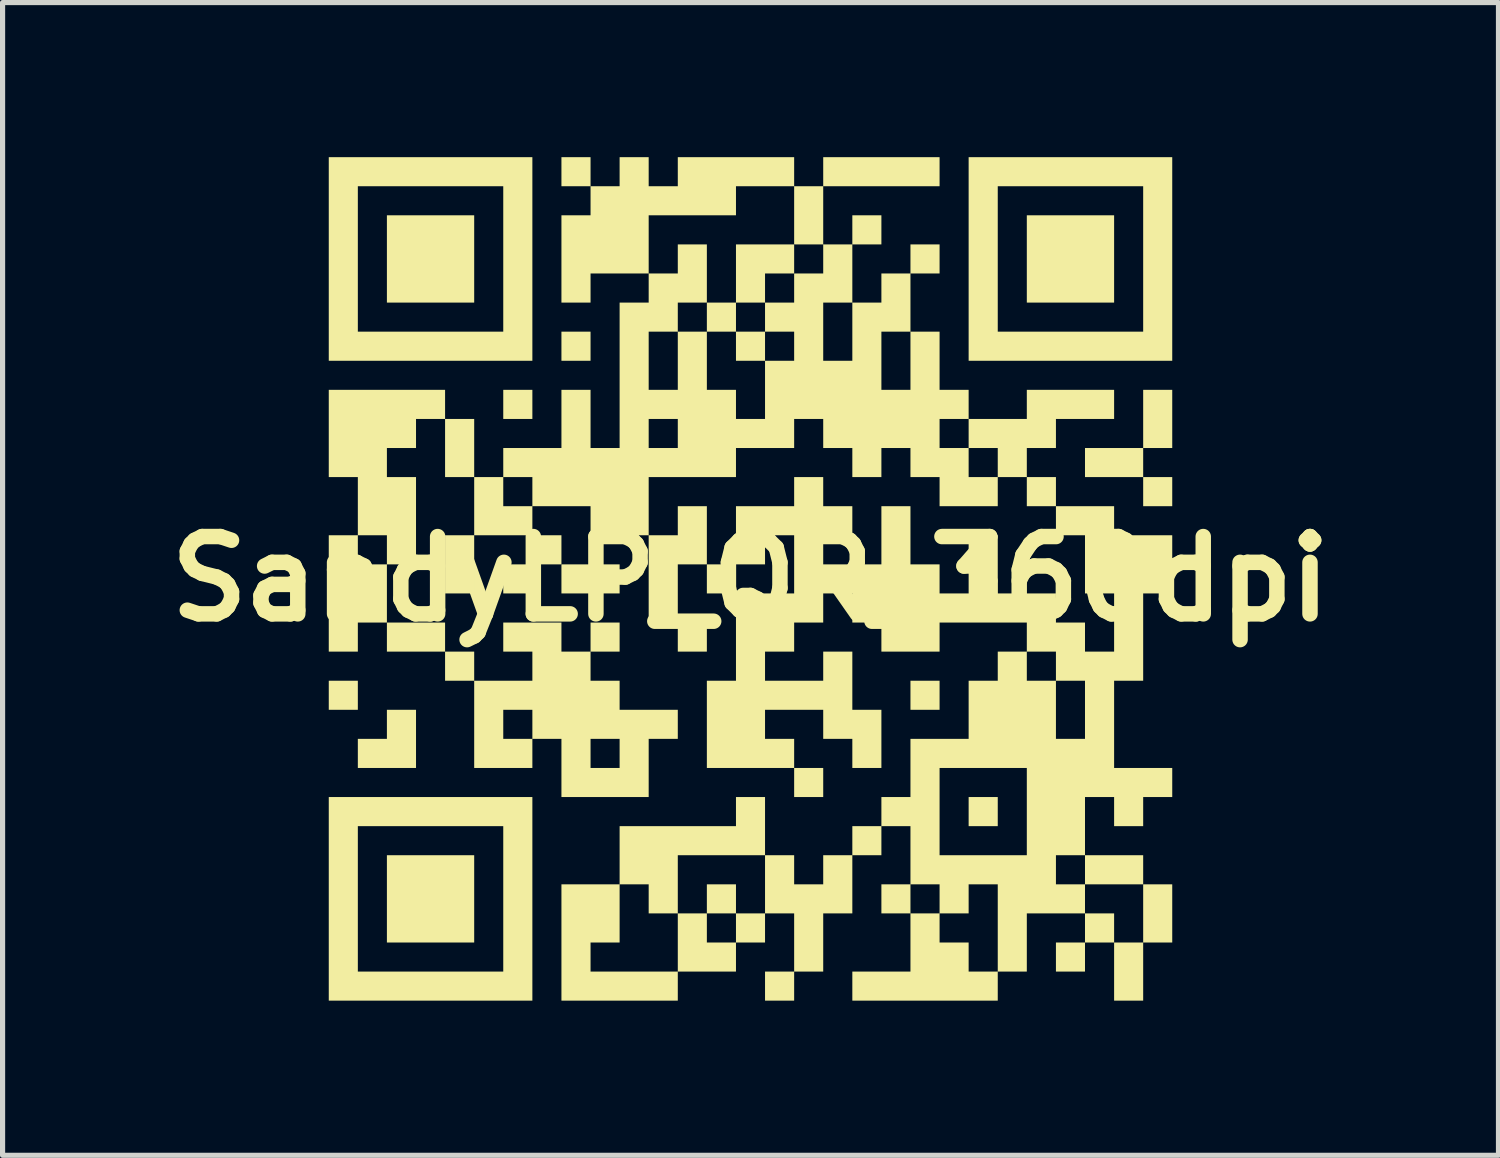
<source format=kicad_pcb>
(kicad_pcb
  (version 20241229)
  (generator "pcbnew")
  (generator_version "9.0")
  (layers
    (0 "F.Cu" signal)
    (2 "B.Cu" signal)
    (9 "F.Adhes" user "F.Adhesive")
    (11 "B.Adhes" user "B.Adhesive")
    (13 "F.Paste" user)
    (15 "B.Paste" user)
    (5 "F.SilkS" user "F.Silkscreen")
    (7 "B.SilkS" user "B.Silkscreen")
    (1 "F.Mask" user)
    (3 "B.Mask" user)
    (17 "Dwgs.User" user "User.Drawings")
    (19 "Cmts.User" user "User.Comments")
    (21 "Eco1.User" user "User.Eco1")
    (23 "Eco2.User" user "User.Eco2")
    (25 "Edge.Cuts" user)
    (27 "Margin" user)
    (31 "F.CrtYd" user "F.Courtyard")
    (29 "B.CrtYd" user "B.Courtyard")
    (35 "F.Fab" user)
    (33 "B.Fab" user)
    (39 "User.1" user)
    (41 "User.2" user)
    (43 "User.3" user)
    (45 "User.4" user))
  (footprint "SandyLP_QR_360dpi"
    (layer "F.Cu")
    (at 11.514 8.184)
    (property "Reference" "SandyLP_QR_360dpi" (at 0 0 0) (layer "F.SilkS") (effects (font (size 1.5 1.5) (thickness 0.3))))
    (attr board_only exclude_from_pos_files exclude_from_bom)
    (fp_poly (pts (xy -7.62 2.258) (xy -7.62 2.54) (xy -7.902 2.54) (xy -8.184 2.54) (xy -8.184 2.258) (xy -8.184 1.976) (xy -7.902 1.976) (xy -7.62 1.976)) (stroke (width 0) (type solid)) (fill yes) (layer "F.SilkS"))
    (fp_poly (pts (xy -5.927 1.129) (xy -5.927 1.411) (xy -6.491 1.411) (xy -7.056 1.411) (xy -7.056 1.129) (xy -7.056 0.847) (xy -6.491 0.847) (xy -5.927 0.847)) (stroke (width 0) (type solid)) (fill yes) (layer "F.SilkS"))
    (fp_poly (pts (xy -5.362 -6.209) (xy -5.362 -5.362) (xy -6.209 -5.362) (xy -7.056 -5.362) (xy -7.056 -6.209) (xy -7.056 -7.056) (xy -6.209 -7.056) (xy -5.362 -7.056)) (stroke (width 0) (type solid)) (fill yes) (layer "F.SilkS"))
    (fp_poly (pts (xy -5.362 6.209) (xy -5.362 7.056) (xy -6.209 7.056) (xy -7.056 7.056) (xy -7.056 6.209) (xy -7.056 5.362) (xy -6.209 5.362) (xy -5.362 5.362)) (stroke (width 0) (type solid)) (fill yes) (layer "F.SilkS"))
    (fp_poly (pts (xy -4.233 -3.387) (xy -4.233 -3.104) (xy -4.516 -3.104) (xy -4.798 -3.104) (xy -4.798 -3.387) (xy -4.798 -3.669) (xy -4.516 -3.669) (xy -4.233 -3.669)) (stroke (width 0) (type solid)) (fill yes) (layer "F.SilkS"))
    (fp_poly (pts (xy -3.104 -4.516) (xy -3.104 -4.233) (xy -3.387 -4.233) (xy -3.669 -4.233) (xy -3.669 -4.516) (xy -3.669 -4.798) (xy -3.387 -4.798) (xy -3.104 -4.798)) (stroke (width 0) (type solid)) (fill yes) (layer "F.SilkS"))
    (fp_poly (pts (xy -2.54 0) (xy -2.54 0.282) (xy -3.104 0.282) (xy -3.669 0.282) (xy -3.669 0) (xy -3.669 -0.282) (xy -3.104 -0.282) (xy -2.54 -0.282)) (stroke (width 0) (type solid)) (fill yes) (layer "F.SilkS"))
    (fp_poly (pts (xy -0.847 1.129) (xy -0.847 1.411) (xy -1.129 1.411) (xy -1.411 1.411) (xy -1.411 1.129) (xy -1.411 0.847) (xy -1.129 0.847) (xy -0.847 0.847)) (stroke (width 0) (type solid)) (fill yes) (layer "F.SilkS"))
    (fp_poly (pts (xy -0.282 6.209) (xy -0.282 6.491) (xy -0.564 6.491) (xy -0.847 6.491) (xy -0.847 6.209) (xy -0.847 5.927) (xy -0.564 5.927) (xy -0.282 5.927)) (stroke (width 0) (type solid)) (fill yes) (layer "F.SilkS"))
    (fp_poly (pts (xy 0.282 -4.516) (xy 0.282 -4.233) (xy 0 -4.233) (xy -0.282 -4.233) (xy -0.282 -4.516) (xy -0.282 -4.798) (xy 0 -4.798) (xy 0.282 -4.798)) (stroke (width 0) (type solid)) (fill yes) (layer "F.SilkS"))
    (fp_poly (pts (xy 1.411 3.951) (xy 1.411 4.233) (xy 1.129 4.233) (xy 0.847 4.233) (xy 0.847 3.951) (xy 0.847 3.669) (xy 1.129 3.669) (xy 1.411 3.669)) (stroke (width 0) (type solid)) (fill yes) (layer "F.SilkS"))
    (fp_poly (pts (xy 3.669 2.258) (xy 3.669 2.54) (xy 3.387 2.54) (xy 3.104 2.54) (xy 3.104 2.258) (xy 3.104 1.976) (xy 3.387 1.976) (xy 3.669 1.976)) (stroke (width 0) (type solid)) (fill yes) (layer "F.SilkS"))
    (fp_poly (pts (xy 4.798 4.516) (xy 4.798 4.798) (xy 4.516 4.798) (xy 4.233 4.798) (xy 4.233 4.516) (xy 4.233 4.233) (xy 4.516 4.233) (xy 4.798 4.233)) (stroke (width 0) (type solid)) (fill yes) (layer "F.SilkS"))
    (fp_poly (pts (xy 5.927 -1.693) (xy 5.927 -1.411) (xy 5.644 -1.411) (xy 5.362 -1.411) (xy 5.362 -1.693) (xy 5.362 -1.976) (xy 5.644 -1.976) (xy 5.927 -1.976)) (stroke (width 0) (type solid)) (fill yes) (layer "F.SilkS"))
    (fp_poly (pts (xy 7.056 -6.209) (xy 7.056 -5.362) (xy 6.209 -5.362) (xy 5.362 -5.362) (xy 5.362 -6.209) (xy 5.362 -7.056) (xy 6.209 -7.056) (xy 7.056 -7.056)) (stroke (width 0) (type solid)) (fill yes) (layer "F.SilkS"))
    (fp_poly (pts (xy 8.184 -1.693) (xy 8.184 -1.411) (xy 7.902 -1.411) (xy 7.62 -1.411) (xy 7.62 -1.693) (xy 7.62 -1.976) (xy 7.902 -1.976) (xy 8.184 -1.976)) (stroke (width 0) (type solid)) (fill yes) (layer "F.SilkS"))
    (fp_poly (pts (xy -6.491 3.104) (xy -6.491 3.669) (xy -7.056 3.669) (xy -7.62 3.669) (xy -7.62 3.387) (xy -7.62 3.104) (xy -7.338 3.104) (xy -7.056 3.104) (xy -7.056 2.822) (xy -7.056 2.54) (xy -6.773 2.54) (xy -6.491 2.54)) (stroke (width 0) (type solid)) (fill yes) (layer "F.SilkS"))
    (fp_poly (pts (xy -3.669 -0.564) (xy -3.669 -0.282) (xy -3.951 -0.282) (xy -4.233 -0.282) (xy -4.233 0) (xy -4.233 0.282) (xy -4.516 0.282) (xy -4.798 0.282) (xy -4.798 0) (xy -4.798 -0.282) (xy -4.516 -0.282) (xy -4.233 -0.282) (xy -4.233 -0.564) (xy -4.233 -0.847) (xy -3.951 -0.847) (xy -3.669 -0.847)) (stroke (width 0) (type solid)) (fill yes) (layer "F.SilkS"))
    (fp_poly (pts (xy 8.184 -3.104) (xy 8.184 -2.54) (xy 7.902 -2.54) (xy 7.62 -2.54) (xy 7.62 -2.258) (xy 7.62 -1.976) (xy 7.056 -1.976) (xy 6.491 -1.976) (xy 6.491 -2.258) (xy 6.491 -2.54) (xy 7.056 -2.54) (xy 7.62 -2.54) (xy 7.62 -3.104) (xy 7.62 -3.669) (xy 7.902 -3.669) (xy 8.184 -3.669)) (stroke (width 0) (type solid)) (fill yes) (layer "F.SilkS"))
    (fp_poly (pts (xy -4.233 -6.209) (xy -4.233 -4.233) (xy -6.209 -4.233) (xy -8.184 -4.233) (xy -8.184 -6.209) (xy -7.62 -6.209) (xy -7.62 -4.798) (xy -6.209 -4.798) (xy -4.798 -4.798) (xy -4.798 -6.209) (xy -4.798 -7.62) (xy -6.209 -7.62) (xy -7.62 -7.62) (xy -7.62 -6.209) (xy -8.184 -6.209) (xy -8.184 -8.184) (xy -6.209 -8.184) (xy -4.233 -8.184)) (stroke (width 0) (type solid)) (fill yes) (layer "F.SilkS"))
    (fp_poly (pts (xy -4.233 6.209) (xy -4.233 8.184) (xy -6.209 8.184) (xy -8.184 8.184) (xy -8.184 6.209) (xy -7.62 6.209) (xy -7.62 7.62) (xy -6.209 7.62) (xy -4.798 7.62) (xy -4.798 6.209) (xy -4.798 4.798) (xy -6.209 4.798) (xy -7.62 4.798) (xy -7.62 6.209) (xy -8.184 6.209) (xy -8.184 4.233) (xy -6.209 4.233) (xy -4.233 4.233)) (stroke (width 0) (type solid)) (fill yes) (layer "F.SilkS"))
    (fp_poly (pts (xy 8.184 -6.209) (xy 8.184 -4.233) (xy 6.209 -4.233) (xy 4.233 -4.233) (xy 4.233 -6.209) (xy 4.798 -6.209) (xy 4.798 -4.798) (xy 6.209 -4.798) (xy 7.62 -4.798) (xy 7.62 -6.209) (xy 7.62 -7.62) (xy 6.209 -7.62) (xy 4.798 -7.62) (xy 4.798 -6.209) (xy 4.233 -6.209) (xy 4.233 -8.184) (xy 6.209 -8.184) (xy 8.184 -8.184)) (stroke (width 0) (type solid)) (fill yes) (layer "F.SilkS"))
    (fp_poly (pts (xy 0.847 -6.209) (xy 0.847 -5.927) (xy 0.564 -5.927) (xy 0.282 -5.927) (xy 0.282 -5.644) (xy 0.282 -5.362) (xy 0 -5.362) (xy -0.282 -5.362) (xy -0.282 -5.08) (xy -0.282 -4.798) (xy -0.564 -4.798) (xy -0.847 -4.798) (xy -0.847 -5.08) (xy -0.847 -5.362) (xy -0.564 -5.362) (xy -0.282 -5.362) (xy -0.282 -5.927) (xy -0.282 -6.491) (xy 0.282 -6.491) (xy 0.847 -6.491)) (stroke (width 0) (type solid)) (fill yes) (layer "F.SilkS"))
    (fp_poly (pts (xy 8.184 6.491) (xy 8.184 7.056) (xy 7.902 7.056) (xy 7.62 7.056) (xy 7.62 7.62) (xy 7.62 8.184) (xy 7.338 8.184) (xy 7.056 8.184) (xy 7.056 7.62) (xy 7.056 7.056) (xy 6.773 7.056) (xy 6.491 7.056) (xy 6.491 7.338) (xy 6.491 7.62) (xy 6.209 7.62) (xy 5.927 7.62) (xy 5.927 7.338) (xy 5.927 7.056) (xy 6.209 7.056) (xy 6.491 7.056) (xy 6.491 6.773) (xy 6.491 6.491) (xy 6.773 6.491) (xy 7.056 6.491) (xy 7.056 6.773) (xy 7.056 7.056) (xy 7.338 7.056) (xy 7.62 7.056) (xy 7.62 6.491) (xy 7.62 5.927) (xy 7.902 5.927) (xy 8.184 5.927)) (stroke (width 0) (type solid)) (fill yes) (layer "F.SilkS"))
    (fp_poly (pts (xy -5.927 -3.387) (xy -5.927 -3.104) (xy -6.209 -3.104) (xy -6.491 -3.104) (xy -6.491 -2.822) (xy -6.491 -2.54) (xy -6.773 -2.54) (xy -7.056 -2.54) (xy -7.056 -2.258) (xy -7.056 -1.976) (xy -6.773 -1.976) (xy -6.491 -1.976) (xy -6.491 -1.129) (xy -6.491 -0.282) (xy -6.773 -0.282) (xy -7.056 -0.282) (xy -7.056 0.282) (xy -7.056 0.847) (xy -7.338 0.847) (xy -7.62 0.847) (xy -7.62 1.129) (xy -7.62 1.411) (xy -7.902 1.411) (xy -8.184 1.411) (xy -8.184 0.282) (xy -8.184 -0.564) (xy -7.62 -0.564) (xy -7.62 -0.282) (xy -7.338 -0.282) (xy -7.056 -0.282) (xy -7.056 -0.564) (xy -7.056 -0.847) (xy -7.338 -0.847) (xy -7.62 -0.847) (xy -7.62 -0.564) (xy -8.184 -0.564) (xy -8.184 -0.847) (xy -7.902 -0.847) (xy -7.62 -0.847) (xy -7.62 -1.411) (xy -7.62 -1.976) (xy -7.902 -1.976) (xy -8.184 -1.976) (xy -8.184 -2.822) (xy -8.184 -3.669) (xy -7.056 -3.669) (xy -5.927 -3.669)) (stroke (width 0) (type solid)) (fill yes) (layer "F.SilkS"))
    (fp_poly (pts (xy -3.669 1.129) (xy -3.669 1.411) (xy -3.387 1.411) (xy -3.104 1.411) (xy -3.104 1.129) (xy -3.104 0.847) (xy -2.822 0.847) (xy -2.54 0.847) (xy -2.54 1.129) (xy -2.54 1.411) (xy -2.822 1.411) (xy -3.104 1.411) (xy -3.104 1.693) (xy -3.104 1.976) (xy -2.822 1.976) (xy -2.54 1.976) (xy -2.54 2.258) (xy -2.54 2.54) (xy -1.976 2.54) (xy -1.411 2.54) (xy -1.411 2.822) (xy -1.411 3.104) (xy -1.693 3.104) (xy -1.976 3.104) (xy -1.976 3.669) (xy -1.976 4.233) (xy -2.822 4.233) (xy -3.669 4.233) (xy -3.669 3.669) (xy -3.669 3.387) (xy -3.104 3.387) (xy -3.104 3.669) (xy -2.822 3.669) (xy -2.54 3.669) (xy -2.54 3.387) (xy -2.54 3.104) (xy -2.822 3.104) (xy -3.104 3.104) (xy -3.104 3.387) (xy -3.669 3.387) (xy -3.669 3.104) (xy -3.951 3.104) (xy -4.233 3.104) (xy -4.233 3.387) (xy -4.233 3.669) (xy -4.798 3.669) (xy -5.362 3.669) (xy -5.362 2.822) (xy -4.798 2.822) (xy -4.798 3.104) (xy -4.516 3.104) (xy -4.233 3.104) (xy -4.233 2.822) (xy -4.233 2.54) (xy -4.516 2.54) (xy -4.798 2.54) (xy -4.798 2.822) (xy -5.362 2.822) (xy -5.362 1.976) (xy -5.644 1.976) (xy -5.927 1.976) (xy -5.927 1.693) (xy -5.927 1.411) (xy -5.644 1.411) (xy -5.362 1.411) (xy -5.362 1.693) (xy -5.362 1.976) (xy -4.798 1.976) (xy -4.233 1.976) (xy -4.233 1.693) (xy -4.233 1.411) (xy -4.516 1.411) (xy -4.798 1.411) (xy -4.798 1.129) (xy -4.798 0.847) (xy -4.233 0.847) (xy -3.669 0.847)) (stroke (width 0) (type solid)) (fill yes) (layer "F.SilkS"))
    (fp_poly (pts (xy -3.104 -7.902) (xy -3.104 -7.62) (xy -2.822 -7.62) (xy -2.54 -7.62) (xy -2.54 -7.902) (xy -2.54 -8.184) (xy -2.258 -8.184) (xy -1.976 -8.184) (xy -1.976 -7.902) (xy -1.976 -7.62) (xy -1.693 -7.62) (xy -1.411 -7.62) (xy -1.411 -7.902) (xy -1.411 -8.184) (xy -0.282 -8.184) (xy 0.847 -8.184) (xy 0.847 -7.902) (xy 0.847 -7.62) (xy 1.129 -7.62) (xy 1.411 -7.62) (xy 1.411 -7.902) (xy 1.411 -8.184) (xy 2.54 -8.184) (xy 3.669 -8.184) (xy 3.669 -7.902) (xy 3.669 -7.62) (xy 2.54 -7.62) (xy 1.411 -7.62) (xy 1.411 -7.056) (xy 1.411 -6.491) (xy 1.693 -6.491) (xy 1.976 -6.491) (xy 1.976 -6.773) (xy 1.976 -7.056) (xy 2.258 -7.056) (xy 2.54 -7.056) (xy 2.54 -6.773) (xy 2.54 -6.491) (xy 2.258 -6.491) (xy 1.976 -6.491) (xy 1.976 -5.927) (xy 1.976 -5.362) (xy 2.258 -5.362) (xy 2.54 -5.362) (xy 2.54 -5.644) (xy 2.54 -5.927) (xy 2.822 -5.927) (xy 3.104 -5.927) (xy 3.104 -6.209) (xy 3.104 -6.491) (xy 3.387 -6.491) (xy 3.669 -6.491) (xy 3.669 -6.209) (xy 3.669 -5.927) (xy 3.387 -5.927) (xy 3.104 -5.927) (xy 3.104 -5.362) (xy 3.104 -4.798) (xy 2.822 -4.798) (xy 2.54 -4.798) (xy 2.54 -4.233) (xy 2.54 -3.669) (xy 2.822 -3.669) (xy 3.104 -3.669) (xy 3.104 -4.233) (xy 3.104 -4.798) (xy 3.387 -4.798) (xy 3.669 -4.798) (xy 3.669 -4.233) (xy 3.669 -3.669) (xy 3.951 -3.669) (xy 4.233 -3.669) (xy 4.233 -3.387) (xy 4.233 -3.104) (xy 4.798 -3.104) (xy 5.362 -3.104) (xy 5.362 -3.387) (xy 5.362 -3.669) (xy 6.209 -3.669) (xy 7.056 -3.669) (xy 7.056 -3.387) (xy 7.056 -3.104) (xy 6.491 -3.104) (xy 5.927 -3.104) (xy 5.927 -2.822) (xy 5.927 -2.54) (xy 5.644 -2.54) (xy 5.362 -2.54) (xy 5.362 -2.258) (xy 5.362 -1.976) (xy 5.08 -1.976) (xy 4.798 -1.976) (xy 4.798 -1.693) (xy 4.798 -1.411) (xy 4.233 -1.411) (xy 3.669 -1.411) (xy 3.669 -1.693) (xy 3.669 -1.976) (xy 3.387 -1.976) (xy 3.104 -1.976) (xy 3.104 -2.258) (xy 4.233 -2.258) (xy 4.233 -1.976) (xy 4.516 -1.976) (xy 4.798 -1.976) (xy 4.798 -2.258) (xy 4.798 -2.54) (xy 4.516 -2.54) (xy 4.233 -2.54) (xy 4.233 -2.258) (xy 3.104 -2.258) (xy 3.104 -2.54) (xy 2.822 -2.54) (xy 2.54 -2.54) (xy 2.54 -2.258) (xy 2.54 -1.976) (xy 2.258 -1.976) (xy 1.976 -1.976) (xy 1.976 -2.258) (xy 1.976 -2.54) (xy 1.693 -2.54) (xy 1.411 -2.54) (xy 1.411 -2.822) (xy 3.669 -2.822) (xy 3.669 -2.54) (xy 3.951 -2.54) (xy 4.233 -2.54) (xy 4.233 -2.822) (xy 4.233 -3.104) (xy 3.951 -3.104) (xy 3.669 -3.104) (xy 3.669 -2.822) (xy 1.411 -2.822) (xy 1.411 -3.104) (xy 1.129 -3.104) (xy 0.847 -3.104) (xy 0.847 -2.822) (xy 0.847 -2.54) (xy 0.282 -2.54) (xy -0.282 -2.54) (xy -0.282 -2.258) (xy -0.282 -1.976) (xy -1.129 -1.976) (xy -1.976 -1.976) (xy -1.976 -1.411) (xy -1.976 -0.847) (xy -1.693 -0.847) (xy -1.411 -0.847) (xy -1.411 -1.129) (xy -1.411 -1.411) (xy -1.129 -1.411) (xy -0.847 -1.411) (xy -0.847 -0.847) (xy -0.847 -0.282) (xy -1.129 -0.282) (xy -1.411 -0.282) (xy -1.411 0.282) (xy -1.411 0.847) (xy -1.693 0.847) (xy -1.976 0.847) (xy -1.976 0) (xy -1.976 -0.847) (xy -2.54 -0.847) (xy -3.104 -0.847) (xy -3.104 -1.129) (xy -3.104 -1.411) (xy -3.669 -1.411) (xy -4.233 -1.411) (xy -4.233 -1.129) (xy -4.233 -0.847) (xy -4.798 -0.847) (xy -5.362 -0.847) (xy -5.362 -0.282) (xy -5.362 0.282) (xy -5.644 0.282) (xy -5.927 0.282) (xy -5.927 -0.282) (xy -5.927 -0.847) (xy -5.644 -0.847) (xy -5.362 -0.847) (xy -5.362 -1.411) (xy -5.362 -1.693) (xy -4.798 -1.693) (xy -4.798 -1.411) (xy -4.516 -1.411) (xy -4.233 -1.411) (xy -4.233 -1.693) (xy -4.233 -1.976) (xy -4.516 -1.976) (xy -4.798 -1.976) (xy -4.798 -1.693) (xy -5.362 -1.693) (xy -5.362 -1.976) (xy -5.644 -1.976) (xy -5.927 -1.976) (xy -5.927 -2.54) (xy -5.927 -3.104) (xy -5.644 -3.104) (xy -5.362 -3.104) (xy -5.362 -2.54) (xy -5.362 -1.976) (xy -5.08 -1.976) (xy -4.798 -1.976) (xy -4.798 -2.258) (xy -4.798 -2.54) (xy -4.233 -2.54) (xy -3.669 -2.54) (xy -3.669 -3.104) (xy -3.669 -3.669) (xy -3.387 -3.669) (xy -3.104 -3.669) (xy -3.104 -3.104) (xy -3.104 -2.54) (xy -2.822 -2.54) (xy -2.54 -2.54) (xy -2.54 -2.822) (xy -1.976 -2.822) (xy -1.976 -2.54) (xy -1.693 -2.54) (xy -1.411 -2.54) (xy -1.411 -2.822) (xy -1.411 -3.104) (xy -1.693 -3.104) (xy -1.976 -3.104) (xy -1.976 -2.822) (xy -2.54 -2.822) (xy -2.54 -3.951) (xy -2.54 -5.362) (xy -2.258 -5.362) (xy -1.976 -5.362) (xy -1.976 -5.644) (xy -1.976 -5.927) (xy -2.54 -5.927) (xy -3.104 -5.927) (xy -3.104 -5.644) (xy -3.104 -5.362) (xy -3.387 -5.362) (xy -3.669 -5.362) (xy -3.669 -6.209) (xy -3.669 -7.056) (xy -3.387 -7.056) (xy -3.104 -7.056) (xy -1.976 -7.056) (xy -1.976 -6.491) (xy -1.976 -5.927) (xy -1.693 -5.927) (xy -1.411 -5.927) (xy -1.411 -6.209) (xy -1.411 -6.491) (xy -1.129 -6.491) (xy -0.847 -6.491) (xy -0.847 -5.927) (xy -0.847 -5.362) (xy -1.129 -5.362) (xy -1.411 -5.362) (xy -1.411 -5.08) (xy -1.411 -4.798) (xy -1.693 -4.798) (xy -1.976 -4.798) (xy -1.976 -4.233) (xy -1.976 -3.669) (xy -1.693 -3.669) (xy -1.411 -3.669) (xy -1.411 -4.233) (xy -1.411 -4.798) (xy -1.129 -4.798) (xy -0.847 -4.798) (xy -0.847 -4.233) (xy -0.847 -3.669) (xy -0.564 -3.669) (xy -0.282 -3.669) (xy -0.282 -3.387) (xy -0.282 -3.104) (xy 0 -3.104) (xy 0.282 -3.104) (xy 0.282 -3.669) (xy 0.282 -4.233) (xy 0.564 -4.233) (xy 0.847 -4.233) (xy 0.847 -4.516) (xy 0.847 -4.798) (xy 1.411 -4.798) (xy 1.411 -4.233) (xy 1.693 -4.233) (xy 1.976 -4.233) (xy 1.976 -4.798) (xy 1.976 -5.362) (xy 1.693 -5.362) (xy 1.411 -5.362) (xy 1.411 -4.798) (xy 0.847 -4.798) (xy 0.564 -4.798) (xy 0.282 -4.798) (xy 0.282 -5.08) (xy 0.282 -5.362) (xy 0.564 -5.362) (xy 0.847 -5.362) (xy 0.847 -5.644) (xy 0.847 -5.927) (xy 1.129 -5.927) (xy 1.411 -5.927) (xy 1.411 -6.209) (xy 1.411 -6.491) (xy 1.129 -6.491) (xy 0.847 -6.491) (xy 0.847 -7.056) (xy 0.847 -7.62) (xy 0.282 -7.62) (xy -0.282 -7.62) (xy -0.282 -7.338) (xy -0.282 -7.056) (xy -1.129 -7.056) (xy -1.976 -7.056) (xy -3.104 -7.056) (xy -3.104 -7.338) (xy -3.104 -7.62) (xy -3.387 -7.62) (xy -3.669 -7.62) (xy -3.669 -7.902) (xy -3.669 -8.184) (xy -3.387 -8.184) (xy -3.104 -8.184)) (stroke (width 0) (type solid)) (fill yes) (layer "F.SilkS"))
    (fp_poly (pts (xy 1.411 -1.693) (xy 1.411 -1.411) (xy 1.693 -1.411) (xy 1.976 -1.411) (xy 1.976 -1.129) (xy 1.976 -0.847) (xy 1.693 -0.847) (xy 1.411 -0.847) (xy 1.411 -0.564) (xy 1.411 -0.282) (xy 1.976 -0.282) (xy 2.54 -0.282) (xy 2.54 -0.847) (xy 2.54 -1.411) (xy 2.822 -1.411) (xy 3.104 -1.411) (xy 3.104 -0.847) (xy 3.104 -0.282) (xy 3.387 -0.282) (xy 3.669 -0.282) (xy 3.669 0) (xy 3.669 0.282) (xy 3.951 0.282) (xy 4.233 0.282) (xy 4.233 -0.282) (xy 4.233 -0.847) (xy 4.516 -0.847) (xy 4.798 -0.847) (xy 4.798 -0.282) (xy 4.798 0.282) (xy 5.362 0.282) (xy 5.927 0.282) (xy 5.927 0.564) (xy 5.927 0.847) (xy 6.209 0.847) (xy 6.491 0.847) (xy 6.491 1.129) (xy 6.491 1.411) (xy 6.773 1.411) (xy 7.056 1.411) (xy 7.056 0.847) (xy 7.056 0.282) (xy 6.773 0.282) (xy 6.491 0.282) (xy 6.491 -0.282) (xy 6.491 -0.847) (xy 6.209 -0.847) (xy 5.927 -0.847) (xy 5.927 -1.129) (xy 5.927 -1.411) (xy 6.491 -1.411) (xy 7.056 -1.411) (xy 7.056 -1.129) (xy 7.056 -0.847) (xy 7.62 -0.847) (xy 8.184 -0.847) (xy 8.184 -0.282) (xy 8.184 0.282) (xy 7.902 0.282) (xy 7.62 0.282) (xy 7.62 1.129) (xy 7.62 1.976) (xy 7.338 1.976) (xy 7.056 1.976) (xy 7.056 2.822) (xy 7.056 3.669) (xy 7.62 3.669) (xy 8.184 3.669) (xy 8.184 3.951) (xy 8.184 4.233) (xy 7.902 4.233) (xy 7.62 4.233) (xy 7.62 4.516) (xy 7.62 4.798) (xy 7.338 4.798) (xy 7.056 4.798) (xy 7.056 4.516) (xy 7.056 4.233) (xy 6.773 4.233) (xy 6.491 4.233) (xy 6.491 4.798) (xy 6.491 5.362) (xy 6.209 5.362) (xy 5.927 5.362) (xy 5.927 5.644) (xy 5.927 5.927) (xy 6.209 5.927) (xy 6.491 5.927) (xy 6.491 5.644) (xy 6.491 5.362) (xy 7.056 5.362) (xy 7.62 5.362) (xy 7.62 5.644) (xy 7.62 5.927) (xy 7.056 5.927) (xy 6.491 5.927) (xy 6.491 6.209) (xy 6.491 6.491) (xy 5.927 6.491) (xy 5.362 6.491) (xy 5.362 7.056) (xy 5.362 7.62) (xy 5.08 7.62) (xy 4.798 7.62) (xy 4.798 7.902) (xy 4.798 8.184) (xy 3.387 8.184) (xy 1.976 8.184) (xy 1.976 7.902) (xy 1.976 7.62) (xy 2.54 7.62) (xy 3.104 7.62) (xy 3.104 7.056) (xy 3.104 6.491) (xy 3.387 6.491) (xy 3.669 6.491) (xy 3.669 6.773) (xy 3.669 7.056) (xy 3.951 7.056) (xy 4.233 7.056) (xy 4.233 7.338) (xy 4.233 7.62) (xy 4.516 7.62) (xy 4.798 7.62) (xy 4.798 6.773) (xy 4.798 5.927) (xy 4.516 5.927) (xy 4.233 5.927) (xy 4.233 6.209) (xy 4.233 6.491) (xy 3.951 6.491) (xy 3.669 6.491) (xy 3.669 6.209) (xy 3.669 5.927) (xy 3.387 5.927) (xy 3.104 5.927) (xy 3.104 6.209) (xy 3.104 6.491) (xy 2.822 6.491) (xy 2.54 6.491) (xy 2.54 6.209) (xy 2.54 5.927) (xy 2.822 5.927) (xy 3.104 5.927) (xy 3.104 5.362) (xy 3.104 4.798) (xy 2.822 4.798) (xy 2.54 4.798) (xy 2.54 5.08) (xy 2.54 5.362) (xy 2.258 5.362) (xy 1.976 5.362) (xy 1.976 5.927) (xy 1.976 6.491) (xy 1.693 6.491) (xy 1.411 6.491) (xy 1.411 7.056) (xy 1.411 7.62) (xy 1.129 7.62) (xy 0.847 7.62) (xy 0.847 7.902) (xy 0.847 8.184) (xy 0.564 8.184) (xy 0.282 8.184) (xy 0.282 7.902) (xy 0.282 7.62) (xy 0.564 7.62) (xy 0.847 7.62) (xy 0.847 7.056) (xy 0.847 6.491) (xy 0.564 6.491) (xy 0.282 6.491) (xy 0.282 6.773) (xy 0.282 7.056) (xy 0 7.056) (xy -0.282 7.056) (xy -0.282 7.338) (xy -0.282 7.62) (xy -0.847 7.62) (xy -1.411 7.62) (xy -1.411 7.902) (xy -1.411 8.184) (xy -2.54 8.184) (xy -3.669 8.184) (xy -3.669 7.056) (xy -3.669 5.927) (xy -3.104 5.927) (xy -2.54 5.927) (xy -2.54 5.362) (xy -2.54 4.798) (xy -1.411 4.798) (xy -0.282 4.798) (xy -0.282 4.516) (xy -0.282 4.233) (xy 0 4.233) (xy 0.282 4.233) (xy 0.282 4.798) (xy 0.282 5.362) (xy -0.564 5.362) (xy -1.411 5.362) (xy -1.411 5.927) (xy -1.411 6.491) (xy -1.693 6.491) (xy -1.976 6.491) (xy -1.976 6.209) (xy -1.976 5.927) (xy -2.258 5.927) (xy -2.54 5.927) (xy -2.54 6.491) (xy -2.54 7.056) (xy -2.822 7.056) (xy -3.104 7.056) (xy -3.104 7.338) (xy -3.104 7.62) (xy -2.258 7.62) (xy -1.411 7.62) (xy -1.411 7.056) (xy -1.411 6.491) (xy -1.129 6.491) (xy -0.847 6.491) (xy -0.847 6.773) (xy -0.847 7.056) (xy -0.564 7.056) (xy -0.282 7.056) (xy -0.282 6.773) (xy -0.282 6.491) (xy 0 6.491) (xy 0.282 6.491) (xy 0.282 5.927) (xy 0.282 5.362) (xy 0.564 5.362) (xy 0.847 5.362) (xy 0.847 5.644) (xy 0.847 5.927) (xy 1.129 5.927) (xy 1.411 5.927) (xy 1.411 5.644) (xy 1.411 5.362) (xy 1.693 5.362) (xy 1.976 5.362) (xy 1.976 5.08) (xy 1.976 4.798) (xy 2.258 4.798) (xy 2.54 4.798) (xy 2.54 4.516) (xy 3.669 4.516) (xy 3.669 5.362) (xy 4.516 5.362) (xy 5.362 5.362) (xy 5.362 4.516) (xy 5.362 3.669) (xy 4.516 3.669) (xy 3.669 3.669) (xy 3.669 4.516) (xy 2.54 4.516) (xy 2.54 4.233) (xy 2.822 4.233) (xy 3.104 4.233) (xy 3.104 3.669) (xy 3.104 3.104) (xy 3.669 3.104) (xy 4.233 3.104) (xy 4.233 2.54) (xy 5.927 2.54) (xy 5.927 3.104) (xy 6.209 3.104) (xy 6.491 3.104) (xy 6.491 2.54) (xy 6.491 1.976) (xy 6.209 1.976) (xy 5.927 1.976) (xy 5.927 2.54) (xy 4.233 2.54) (xy 4.233 1.976) (xy 4.516 1.976) (xy 4.798 1.976) (xy 4.798 1.693) (xy 5.362 1.693) (xy 5.362 1.976) (xy 5.644 1.976) (xy 5.927 1.976) (xy 5.927 1.693) (xy 5.927 1.411) (xy 5.644 1.411) (xy 5.362 1.411) (xy 5.362 1.693) (xy 4.798 1.693) (xy 4.798 1.411) (xy 5.08 1.411) (xy 5.362 1.411) (xy 5.362 1.129) (xy 5.362 0.847) (xy 4.516 0.847) (xy 3.669 0.847) (xy 3.669 1.129) (xy 3.669 1.411) (xy 3.104 1.411) (xy 2.54 1.411) (xy 2.54 1.129) (xy 2.54 0.847) (xy 2.258 0.847) (xy 1.976 0.847) (xy 1.976 0.564) (xy 1.976 0.282) (xy 1.693 0.282) (xy 1.411 0.282) (xy 1.411 0.564) (xy 1.411 0.847) (xy 1.129 0.847) (xy 0.847 0.847) (xy 0.847 1.129) (xy 0.847 1.411) (xy 0.564 1.411) (xy 0.282 1.411) (xy 0.282 1.693) (xy 0.282 1.976) (xy 0.847 1.976) (xy 1.411 1.976) (xy 1.411 1.693) (xy 1.411 1.411) (xy 1.693 1.411) (xy 1.976 1.411) (xy 1.976 1.976) (xy 1.976 2.54) (xy 2.258 2.54) (xy 2.54 2.54) (xy 2.54 3.104) (xy 2.54 3.669) (xy 2.258 3.669) (xy 1.976 3.669) (xy 1.976 3.387) (xy 1.976 3.104) (xy 1.693 3.104) (xy 1.411 3.104) (xy 1.411 2.822) (xy 1.411 2.54) (xy 0.847 2.54) (xy 0.282 2.54) (xy 0.282 2.822) (xy 0.282 3.104) (xy 0.564 3.104) (xy 0.847 3.104) (xy 0.847 3.387) (xy 0.847 3.669) (xy 0 3.669) (xy -0.847 3.669) (xy -0.847 2.822) (xy -0.847 1.976) (xy -0.564 1.976) (xy -0.282 1.976) (xy -0.282 1.129) (xy -0.282 0.282) (xy -0.564 0.282) (xy -0.847 0.282) (xy -0.847 0) (xy -0.847 -0.282) (xy -0.564 -0.282) (xy -0.282 -0.282) (xy -0.282 0) (xy -0.282 0.282) (xy 0.282 0.282) (xy 0.847 0.282) (xy 0.847 -0.282) (xy 0.847 -0.847) (xy 0.564 -0.847) (xy 0.282 -0.847) (xy 0.282 -0.564) (xy 0.282 -0.282) (xy 0 -0.282) (xy -0.282 -0.282) (xy -0.282 -0.847) (xy -0.282 -1.411) (xy 0.282 -1.411) (xy 0.847 -1.411) (xy 0.847 -1.693) (xy 0.847 -1.976) (xy 1.129 -1.976) (xy 1.411 -1.976)) (stroke (width 0) (type solid)) (fill yes) (layer "F.SilkS")))
  (gr_rect
    (start -3 -3)
    (end 26.029 19.369)
    (stroke (width 0.1) (type default))
    (fill no)
    (layer "Edge.Cuts")))
</source>
